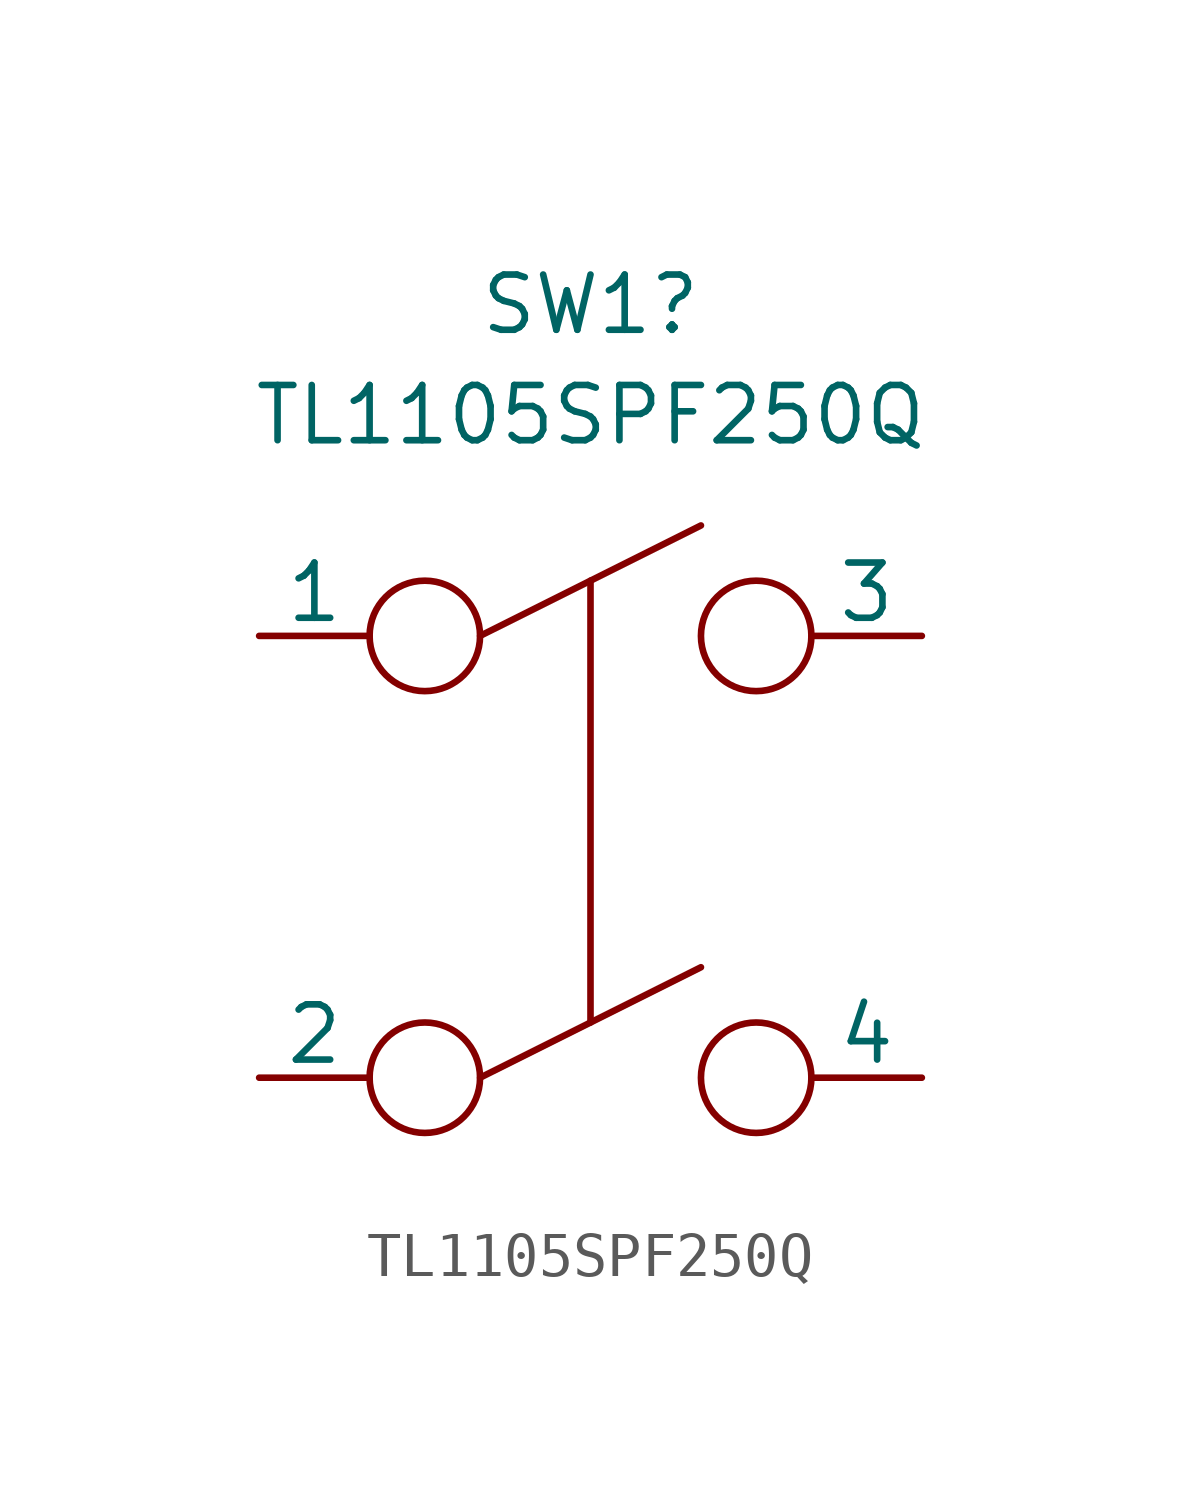
<source format=kicad_sym>
(kicad_symbol_lib
  (version 20241209)
  (generator "kicad_symbol_editor")
  (generator_version "9.0")
  (symbol "TL1105SPF250Q"
    (pin_numbers
      (hide yes))
    (pin_names
      (offset 0))
    (property "Reference" "SW1"
      (at 0 12.7 0)
      (effects (font (size 1.27 1.27))))
    (property "Value" "TL1105SPF250Q"
      (at 0 10.16 0)
      (effects (font (size 1.27 1.27))))
    (property "Footprint" ""
      (at 0 0 0)
      (effects (font (size 1.27 1.27))))
    (property "Datasheet" ""
      (at 0 0 0)
      (effects (font (size 1.27 1.27))))
    (symbol "TL1105SPF250Q_0_0"
      (circle (center -3.81 5.08) (radius 1.27) (stroke (width 0) (type solid)) (fill (type none)))
      (circle (center -3.81 -5.08) (radius 1.27) (stroke (width 0) (type solid)) (fill (type none)))
      (polyline (pts (xy -2.54 5.08) (xy 2.54 7.62)) (stroke (width 0) (type solid)) (fill (type none)))
      (polyline (pts (xy -2.54 -5.08) (xy 2.54 -2.54)) (stroke (width 0) (type solid)) (fill (type none)))
      (polyline (pts (xy 0 6.35) (xy 0 -3.81)) (stroke (width 0) (type solid)) (fill (type none)))
      (circle (center 3.81 5.08) (radius 1.27) (stroke (width 0) (type solid)) (fill (type none)))
      (circle (center 3.81 -5.08) (radius 1.27) (stroke (width 0) (type solid)) (fill (type none))))
    (symbol "TL1105SPF250Q_1_1"
      (pin input line (at -7.62 5.08 0) (length 2.54) (name "1" (effects (font (size 1.27 1.27)))) (number "1" (effects (font (size 1.27 1.27)))))
      (pin input line (at -7.62 -5.08 0) (length 2.54) (name "2" (effects (font (size 1.27 1.27)))) (number "2" (effects (font (size 1.27 1.27)))))
      (pin input line (at 7.62 5.08 180) (length 2.54) (name "3" (effects (font (size 1.27 1.27)))) (number "3" (effects (font (size 1.27 1.27)))))
      (pin input line (at 7.62 -5.08 180) (length 2.54) (name "4" (effects (font (size 1.27 1.27)))) (number "4" (effects (font (size 1.27 1.27))))))))
</source>
